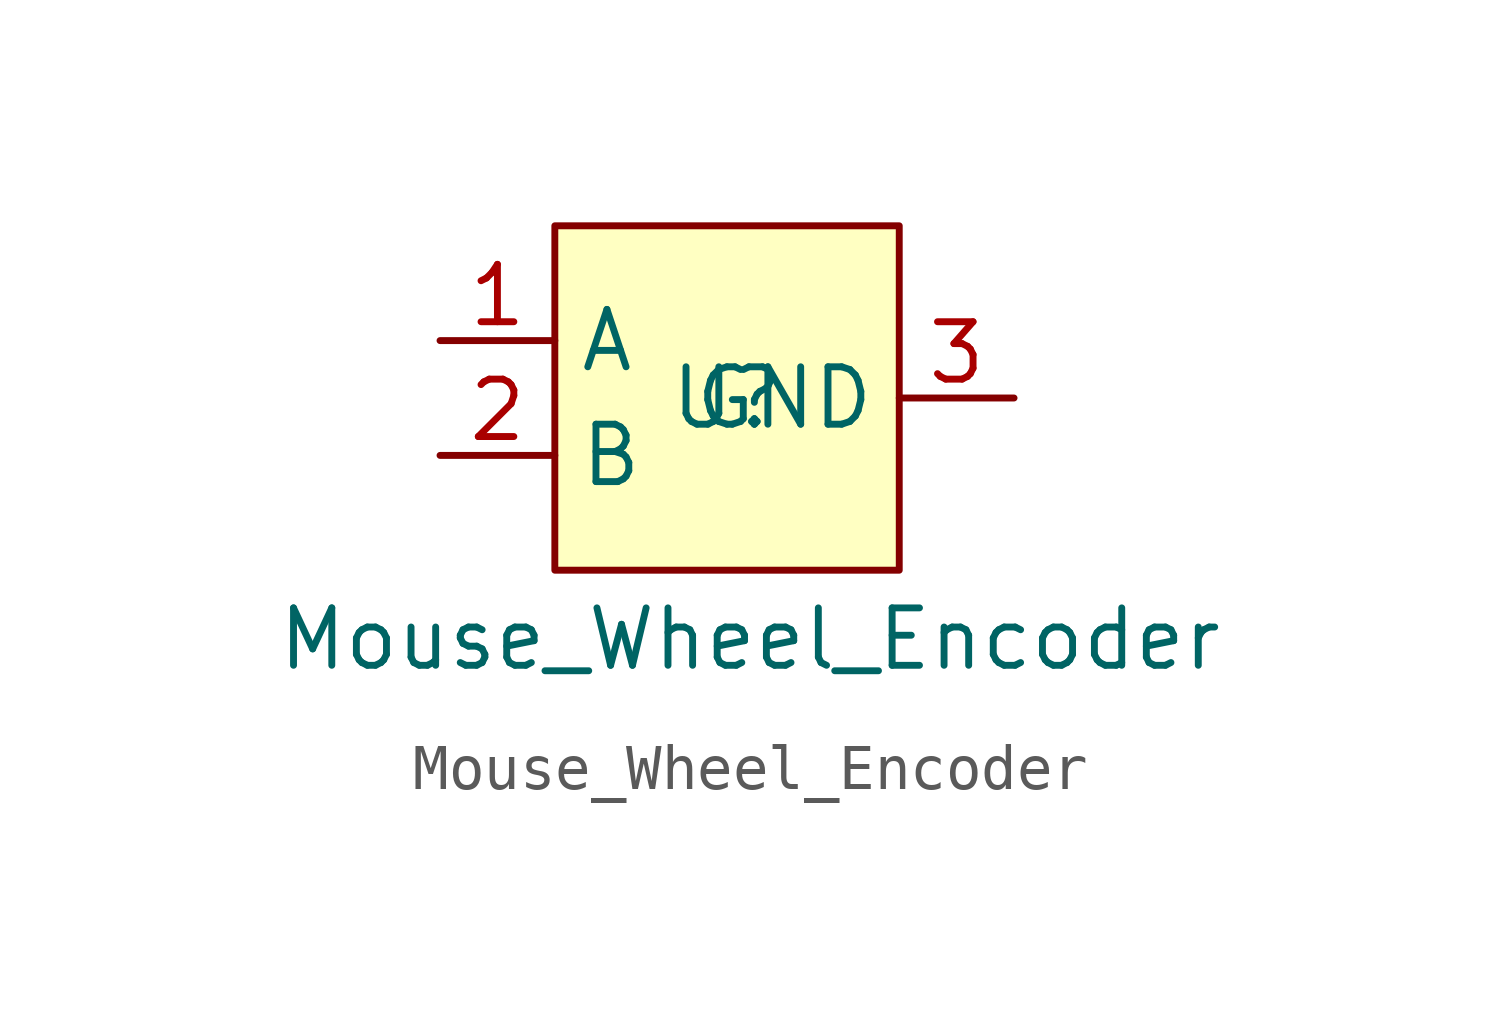
<source format=kicad_sym>
(kicad_symbol_lib
  (version 20231120)
  (generator "kicad_symbol_editor")
  (generator_version "8.0")
  (symbol "Mouse_Wheel_Encoder"
    (property "Reference" "U"
      (at 0 0 0)
      (effects (font (size 1.27 1.27))))
    (property "Value" "Mouse_Wheel_Encoder"
      (at 0.508 -5.334 0)
      (effects (font (size 1.27 1.27))))
    (symbol "Mouse_Wheel_Encoder_1_1"
      (rectangle (start -3.81 3.81) (end 3.81 -3.81) (stroke (width 0) (type default)) (fill (type background)))
      (pin output line (at -6.35 1.27 0) (length 2.54) (name "A" (effects (font (size 1.27 1.27)))) (number "1" (effects (font (size 1.27 1.27)))))
      (pin output line (at -6.35 -1.27 0) (length 2.54) (name "B" (effects (font (size 1.27 1.27)))) (number "2" (effects (font (size 1.27 1.27)))))
      (pin power_in line (at 6.35 0 180) (length 2.54) (name "GND" (effects (font (size 1.27 1.27)))) (number "3" (effects (font (size 1.27 1.27))))))))
</source>
